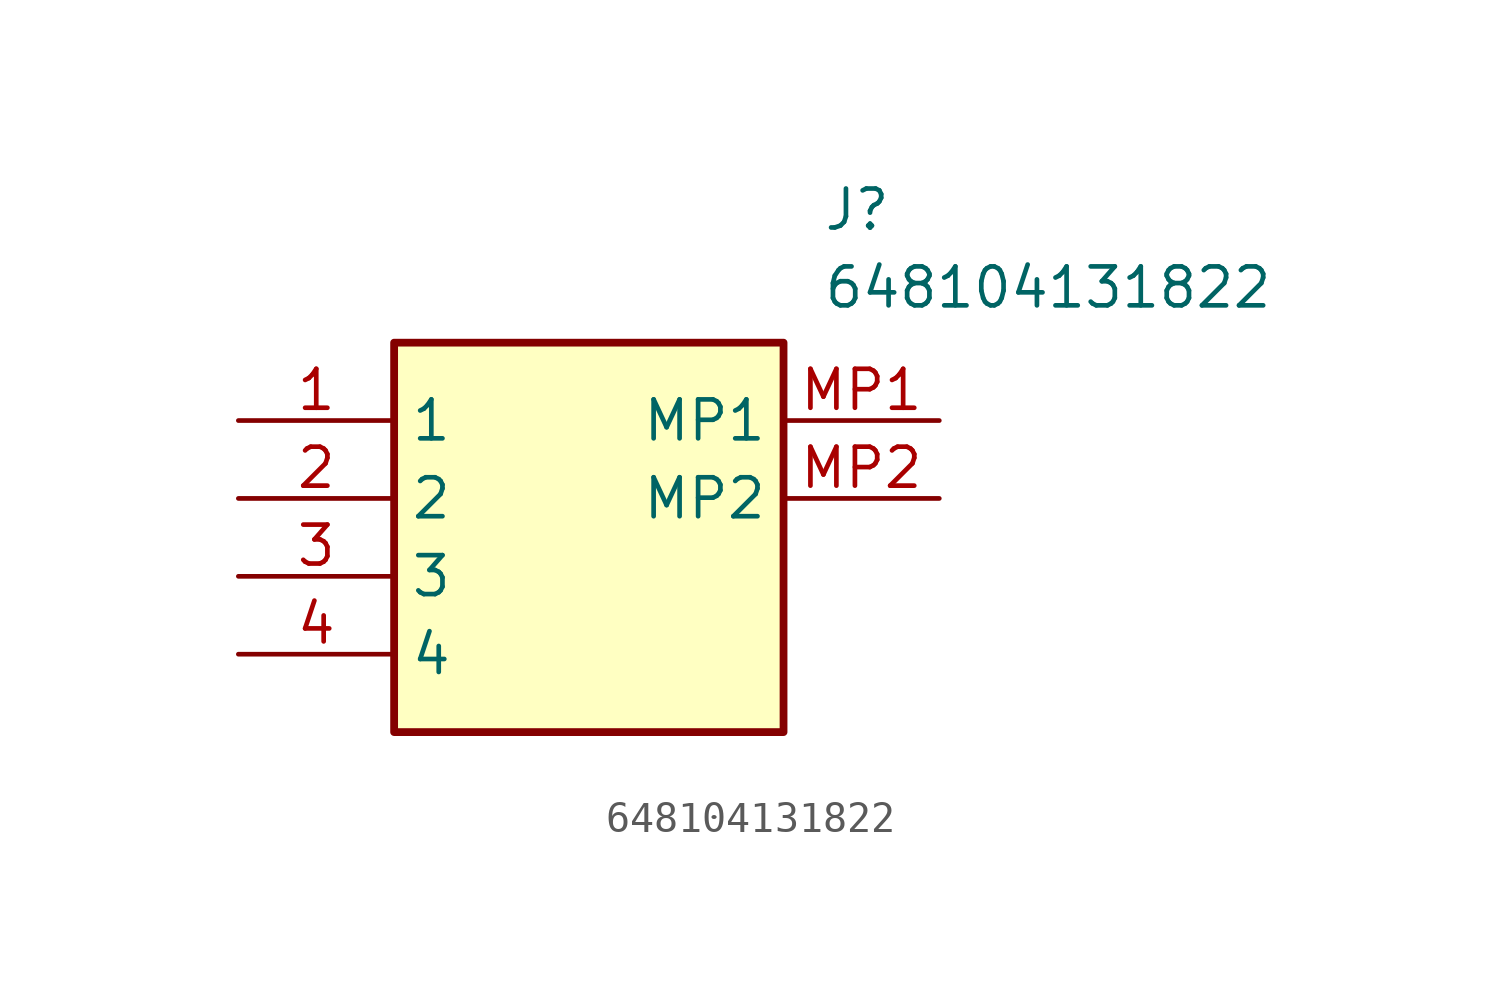
<source format=kicad_sym>
(kicad_symbol_lib
  (version 20211014)
  (generator SamacSys_ECAD_Model)
  (symbol "648104131822"
    (property "Reference" "J"
      (at 19.05 7.62 0)
      (effects (font (size 1.27 1.27)) (justify left top)))
    (property "Value" "648104131822"
      (at 19.05 5.08 0)
      (effects (font (size 1.27 1.27)) (justify left top)))
    (rectangle
      (start 5.08 2.54)
      (end 17.78 -10.16)
      (stroke (width 0.254) (type default))
      (fill (type background)))
    (pin passive line
      (at 0 0 0)
      (length 5.08)
      (name "1" (effects (font (size 1.27 1.27))))
      (number "1" (effects (font (size 1.27 1.27)))))
    (pin passive line
      (at 0 -2.54 0)
      (length 5.08)
      (name "2" (effects (font (size 1.27 1.27))))
      (number "2" (effects (font (size 1.27 1.27)))))
    (pin passive line
      (at 0 -5.08 0)
      (length 5.08)
      (name "3" (effects (font (size 1.27 1.27))))
      (number "3" (effects (font (size 1.27 1.27)))))
    (pin passive line
      (at 0 -7.62 0)
      (length 5.08)
      (name "4" (effects (font (size 1.27 1.27))))
      (number "4" (effects (font (size 1.27 1.27)))))
    (pin passive line
      (at 22.86 0 180)
      (length 5.08)
      (name "MP1" (effects (font (size 1.27 1.27))))
      (number "MP1" (effects (font (size 1.27 1.27)))))
    (pin passive line
      (at 22.86 -2.54 180)
      (length 5.08)
      (name "MP2" (effects (font (size 1.27 1.27))))
      (number "MP2" (effects (font (size 1.27 1.27)))))))
</source>
